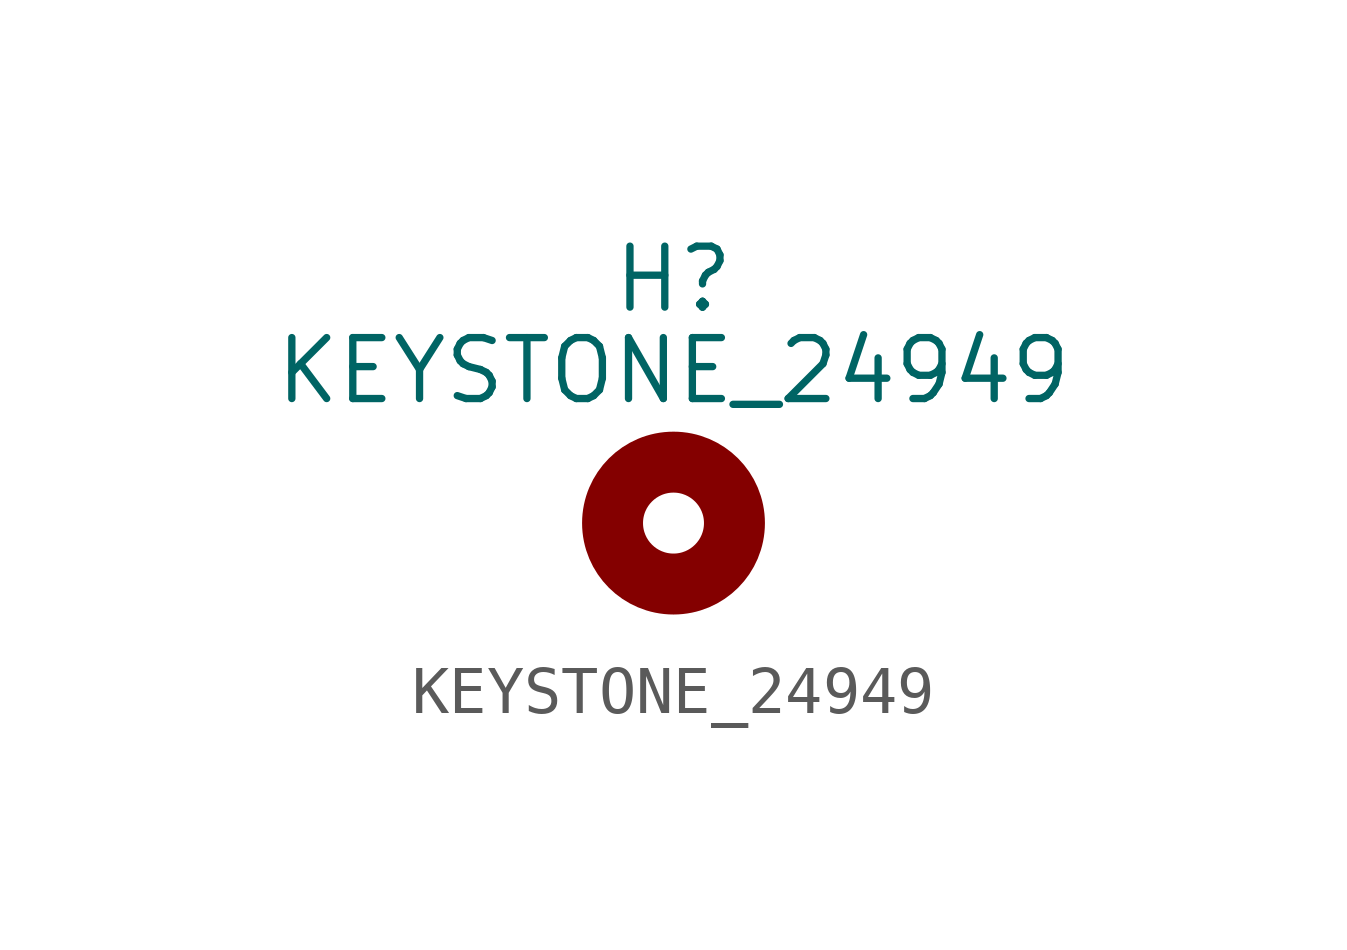
<source format=kicad_sym>
(kicad_symbol_lib
  (version 20231120)
  (generator "kicad_symbol_editor")
  (generator_version "8.0")
  (symbol "KEYSTONE_24949"
    (pin_numbers hide)
    (pin_names
      (offset 1.016) hide)
    (property "Reference" "H"
      (at 0 6.35 0)
      (effects (font (size 1.27 1.27))))
    (property "Value" "KEYSTONE_24949"
      (at 0 4.445 0)
      (effects (font (size 1.27 1.27))))
    (symbol "KEYSTONE_24949_0_1"
      (circle (center 0 1.27) (radius 1.27) (stroke (width 1.27) (type default)) (fill (type none))))))
</source>
